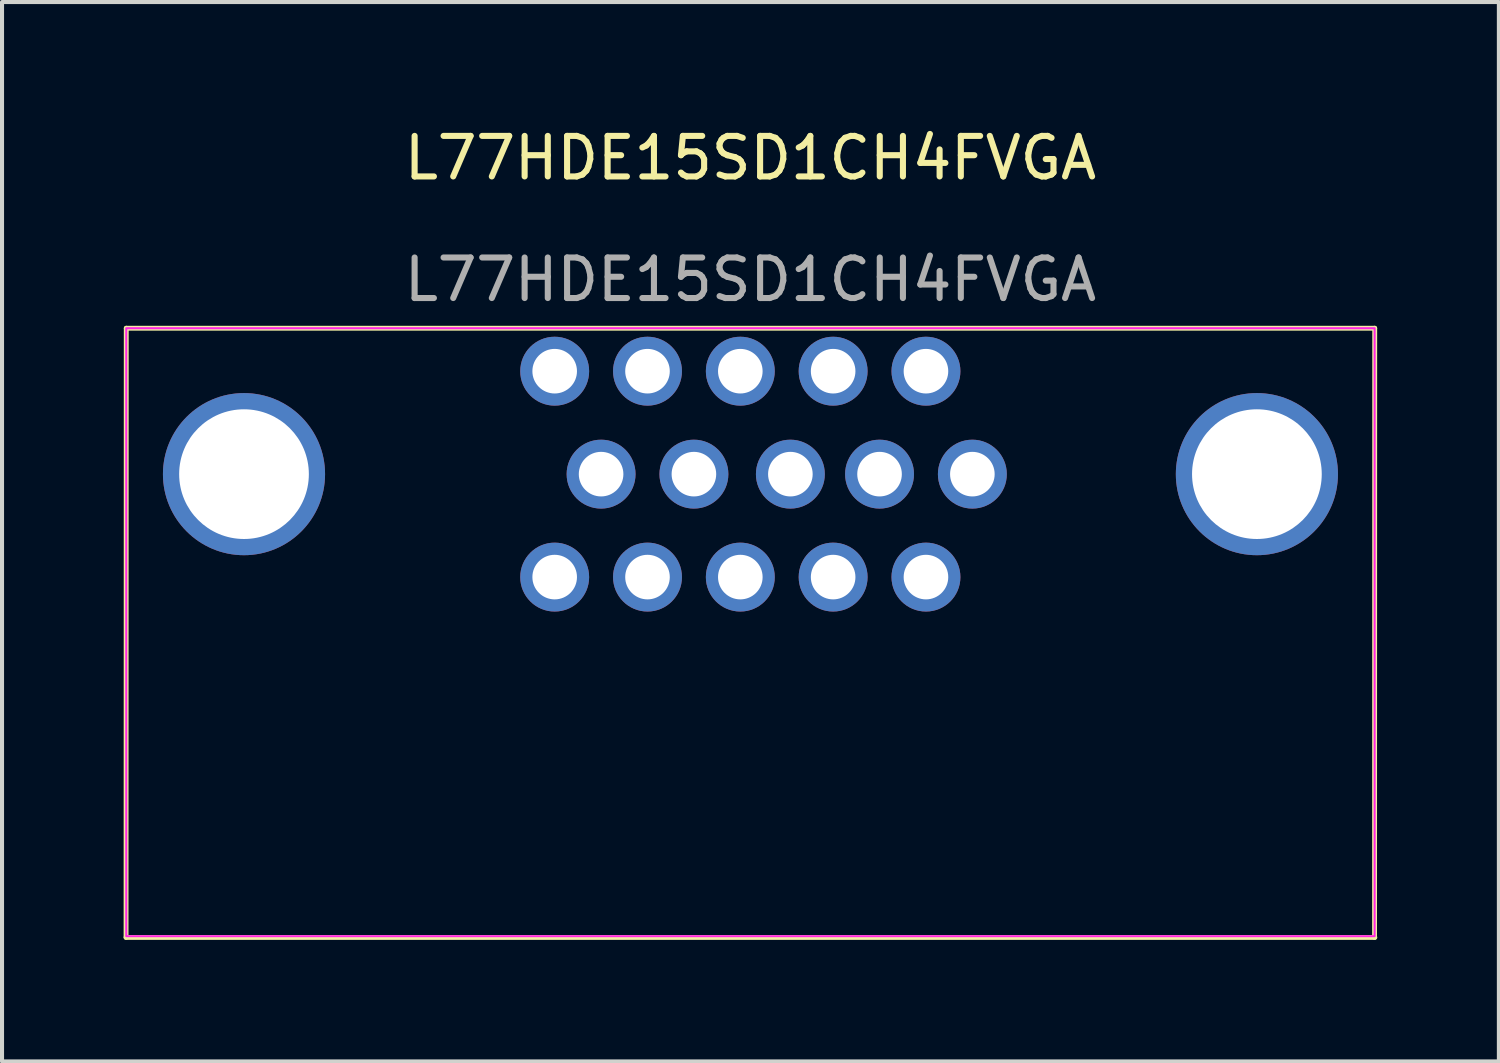
<source format=kicad_pcb>
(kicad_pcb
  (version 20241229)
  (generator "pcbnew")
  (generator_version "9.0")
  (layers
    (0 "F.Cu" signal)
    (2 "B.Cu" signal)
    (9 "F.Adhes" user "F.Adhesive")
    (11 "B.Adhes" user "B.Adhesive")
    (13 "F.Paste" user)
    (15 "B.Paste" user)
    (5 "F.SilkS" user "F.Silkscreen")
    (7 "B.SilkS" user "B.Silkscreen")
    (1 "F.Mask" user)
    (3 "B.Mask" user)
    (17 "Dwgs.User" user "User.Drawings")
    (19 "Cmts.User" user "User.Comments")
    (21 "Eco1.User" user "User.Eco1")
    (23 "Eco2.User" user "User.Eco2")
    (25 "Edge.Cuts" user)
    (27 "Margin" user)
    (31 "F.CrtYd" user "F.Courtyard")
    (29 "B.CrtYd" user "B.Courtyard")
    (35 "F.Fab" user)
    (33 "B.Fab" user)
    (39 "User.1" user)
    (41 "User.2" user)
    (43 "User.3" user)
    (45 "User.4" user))
  (footprint "L77HDE15SD1CH4FVGA"
    (layer "F.Cu")
    (at 15.465 8.648)
    (property "Reference" "L77HDE15SD1CH4FVGA" (at 0 -7.8 0) (unlocked yes) (layer "F.SilkS") (effects (font (size 1 1) (thickness 0.15))))
    (attr through_hole)
    (fp_line (start -15.405 11.43) (end -15.4 -3.6) (stroke (width 0.12) (type default)) (layer "F.SilkS"))
    (fp_line (start -15.405 11.43) (end 15.405 11.43) (stroke (width 0.12) (type default)) (layer "F.SilkS"))
    (fp_line (start -15.4 -3.6) (end 15.402 -3.6) (stroke (width 0.12) (type default)) (layer "F.SilkS"))
    (fp_line (start 15.398 11.43) (end 15.402 -3.6) (stroke (width 0.12) (type default)) (layer "F.SilkS"))
    (fp_rect (start -15.4 -3.6) (end 15.4 11.4) (stroke (width 0.05) (type default)) (fill no) (layer "F.CrtYd"))
    (fp_text user "${REFERENCE}" (at 0 -4.8 0) (unlocked yes) (layer "F.Fab") (effects (font (size 1 1) (thickness 0.15))))
    (pad "" thru_hole circle (at -12.495 0 90) (size 4 4) (drill 3.2) (layers "*.Cu" "*.Mask"))
    (pad "" thru_hole circle (at 12.495 0 90) (size 4 4) (drill 3.2) (layers "*.Cu" "*.Mask"))
    (pad "1" thru_hole circle (at 4.33 -2.54 90) (size 1.7 1.7) (drill 1.1) (layers "*.Cu" "*.Mask"))
    (pad "2" thru_hole circle (at 2.04 -2.54 90) (size 1.7 1.7) (drill 1.1) (layers "*.Cu" "*.Mask"))
    (pad "3" thru_hole circle (at -0.25 -2.54 90) (size 1.7 1.7) (drill 1.1) (layers "*.Cu" "*.Mask"))
    (pad "4" thru_hole circle (at -2.54 -2.54 90) (size 1.7 1.7) (drill 1.1) (layers "*.Cu" "*.Mask"))
    (pad "5" thru_hole circle (at -4.83 -2.54 90) (size 1.7 1.7) (drill 1.1) (layers "*.Cu" "*.Mask"))
    (pad "6" thru_hole circle (at 5.475 0 90) (size 1.7 1.7) (drill 1.1) (layers "*.Cu" "*.Mask"))
    (pad "7" thru_hole circle (at 3.185 0 90) (size 1.7 1.7) (drill 1.1) (layers "*.Cu" "*.Mask"))
    (pad "8" thru_hole circle (at 0.985 0 90) (size 1.7 1.7) (drill 1.1) (layers "*.Cu" "*.Mask"))
    (pad "9" thru_hole circle (at -1.395 0 90) (size 1.7 1.7) (drill 1.1) (layers "*.Cu" "*.Mask"))
    (pad "10" thru_hole circle (at -3.685 0 90) (size 1.7 1.7) (drill 1.1) (layers "*.Cu" "*.Mask"))
    (pad "11" thru_hole circle (at 4.33 2.54 90) (size 1.7 1.7) (drill 1.1) (layers "*.Cu" "*.Mask"))
    (pad "12" thru_hole circle (at 2.04 2.54 90) (size 1.7 1.7) (drill 1.1) (layers "*.Cu" "*.Mask"))
    (pad "13" thru_hole circle (at -0.25 2.54 90) (size 1.7 1.7) (drill 1.1) (layers "*.Cu" "*.Mask"))
    (pad "14" thru_hole circle (at -2.54 2.54 90) (size 1.7 1.7) (drill 1.1) (layers "*.Cu" "*.Mask"))
    (pad "15" thru_hole circle (at -4.83 2.54 90) (size 1.7 1.7) (drill 1.1) (layers "*.Cu" "*.Mask")))
  (gr_rect
    (start -3 -3)
    (end 33.93 23.138)
    (stroke (width 0.1) (type default))
    (fill no)
    (layer "Edge.Cuts")))
</source>
